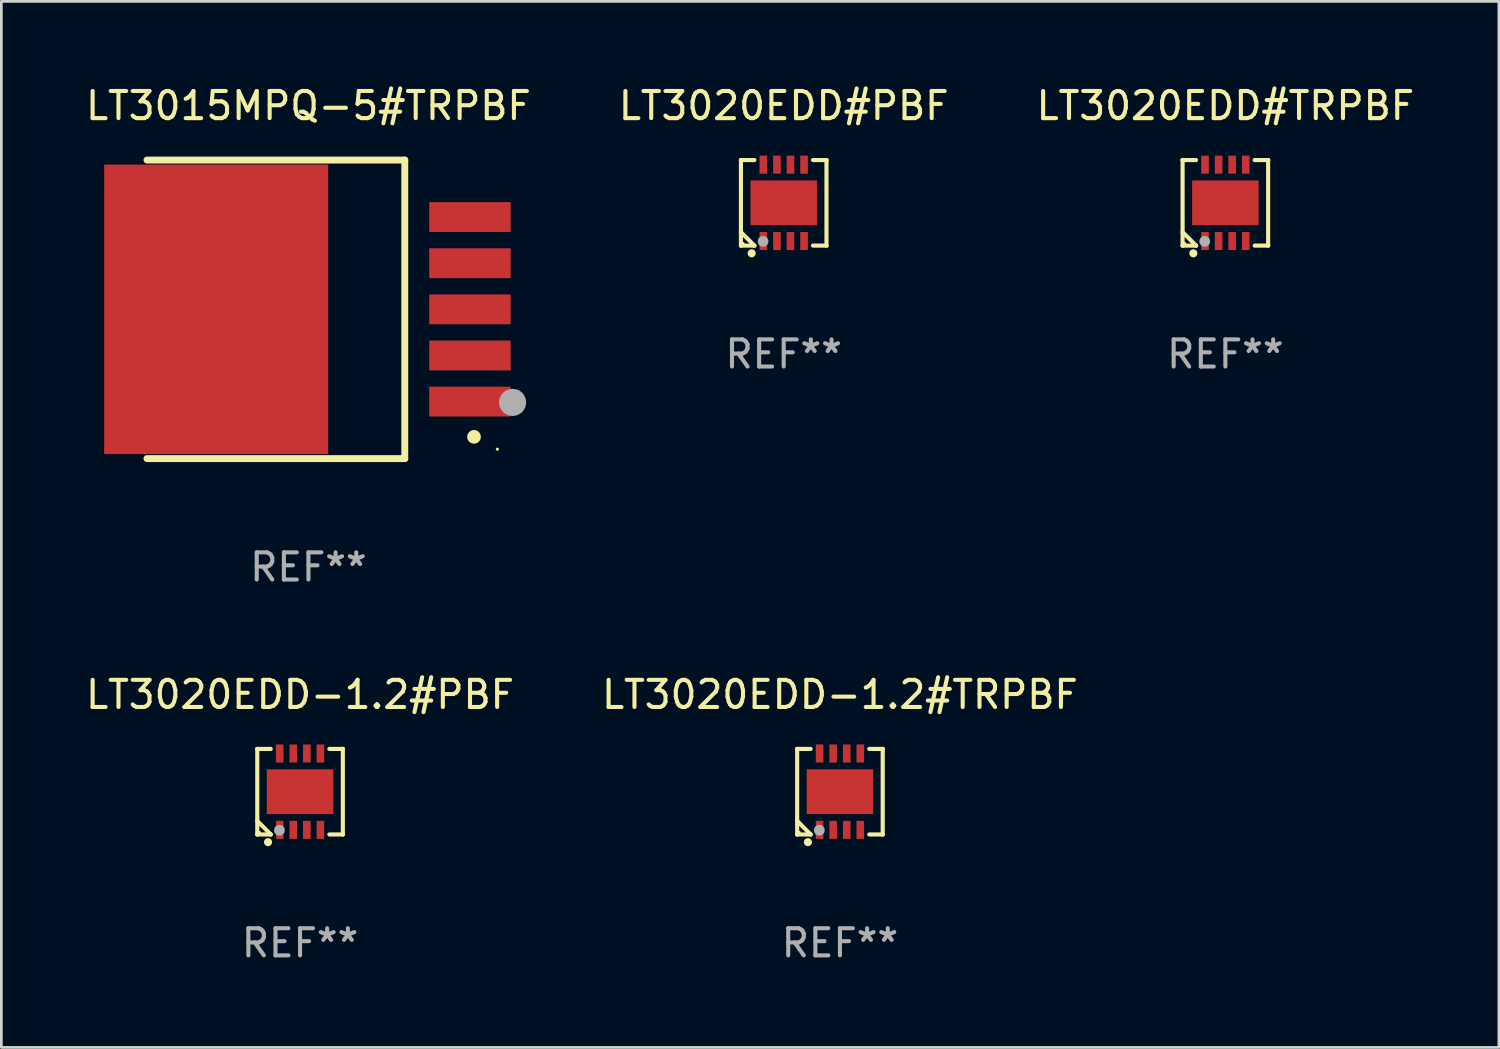
<source format=kicad_pcb>
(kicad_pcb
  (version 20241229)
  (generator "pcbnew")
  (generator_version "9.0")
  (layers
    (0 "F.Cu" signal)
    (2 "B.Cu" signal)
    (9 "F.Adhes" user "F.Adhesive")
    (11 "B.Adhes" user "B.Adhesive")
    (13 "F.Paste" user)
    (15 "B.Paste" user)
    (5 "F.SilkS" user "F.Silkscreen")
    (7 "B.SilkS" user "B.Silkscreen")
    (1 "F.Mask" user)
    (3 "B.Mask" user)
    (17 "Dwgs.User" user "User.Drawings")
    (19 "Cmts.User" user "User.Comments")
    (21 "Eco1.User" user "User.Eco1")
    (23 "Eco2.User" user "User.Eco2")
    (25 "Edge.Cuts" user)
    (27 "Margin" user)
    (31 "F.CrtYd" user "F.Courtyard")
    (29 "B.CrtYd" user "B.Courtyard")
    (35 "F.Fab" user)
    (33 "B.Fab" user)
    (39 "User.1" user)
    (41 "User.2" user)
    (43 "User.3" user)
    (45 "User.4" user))
  (footprint "LT3015MPQ-5#TRPBF"
    (layer "F.Cu")
    (at 8.315 8.348)
    (property "Reference" "LT3015MPQ-5#TRPBF" (at 0 -7.5 0) (layer "F.SilkS") (effects (font (size 1 1) (thickness 0.15))))
    (attr through_hole)
    (fp_line (start -5.95 -5.5) (end 3.55 -5.5) (stroke (width 0.254) (type solid)) (layer "F.SilkS"))
    (fp_line (start -5.95 5.5) (end 3.55 5.5) (stroke (width 0.254) (type solid)) (layer "F.SilkS"))
    (fp_line (start 3.55 5.5) (end 3.55 -5.5) (stroke (width 0.254) (type solid)) (layer "F.SilkS"))
    (fp_circle (center 6.101 4.699) (end 6.228 4.699) (stroke (width 0.254) (type solid)) (fill no) (layer "F.SilkS"))
    (fp_circle (center 6.962 5.153) (end 6.992 5.153) (stroke (width 0.06) (type solid)) (fill no) (layer "F.SilkS"))
    (fp_circle (center 7.522 3.429) (end 7.772 3.429) (stroke (width 0.5) (type solid)) (fill no) (layer "F.Fab"))
    (fp_text user "REF**" (at 0 9.5 0) (layer "F.Fab") (effects (font (size 1 1) (thickness 0.15))))
    (pad "1" smd rect (at 5.95 3.4 180) (size 3 1.1) (layers "F.Cu" "F.Mask" "F.Paste"))
    (pad "2" smd rect (at 5.95 1.7 180) (size 3 1.1) (layers "F.Cu" "F.Mask" "F.Paste"))
    (pad "3" smd rect (at 5.95 -0.000025 180) (size 3 1.1) (layers "F.Cu" "F.Mask" "F.Paste"))
    (pad "4" smd rect (at 5.95 -1.7 180) (size 3 1.1) (layers "F.Cu" "F.Mask" "F.Paste"))
    (pad "5" smd rect (at 5.95 -3.4 180) (size 3 1.1) (layers "F.Cu" "F.Mask" "F.Paste"))
    (pad "6" smd rect (at -3.4 -0.000025) (size 8.255 10.668) (layers "F.Cu" "F.Mask" "F.Paste")))
  (footprint "LT3020EDD#PBF"
    (layer "F.Cu")
    (at 25.827 4.424)
    (property "Reference" "LT3020EDD#PBF" (at 0 -3.576 0) (layer "F.SilkS") (effects (font (size 1 1) (thickness 0.15))))
    (attr through_hole)
    (fp_line (start -1.576 -1.576) (end -1.576 -1.576) (stroke (width 0.152) (type solid)) (layer "F.SilkS"))
    (fp_line (start -1.576 -1.576) (end -1.08 -1.576) (stroke (width 0.152) (type solid)) (layer "F.SilkS"))
    (fp_line (start -1.576 1.576) (end -1.576 -1.576) (stroke (width 0.152) (type solid)) (layer "F.SilkS"))
    (fp_line (start -1.576 1.576) (end -1.576 1.576) (stroke (width 0.152) (type solid)) (layer "F.SilkS"))
    (fp_line (start -1.08 1.575) (end -1.576 1.079) (stroke (width 0.152) (type solid)) (layer "F.SilkS"))
    (fp_line (start -1.08 1.576) (end -1.576 1.576) (stroke (width 0.152) (type solid)) (layer "F.SilkS"))
    (fp_line (start -1.08 1.576) (end -1.08 1.575) (stroke (width 0.152) (type solid)) (layer "F.SilkS"))
    (fp_line (start 1.08 1.576) (end 1.576 1.576) (stroke (width 0.152) (type solid)) (layer "F.SilkS"))
    (fp_line (start 1.576 -1.576) (end 1.08 -1.576) (stroke (width 0.152) (type solid)) (layer "F.SilkS"))
    (fp_line (start 1.576 -1.576) (end 1.576 -1.576) (stroke (width 0.152) (type solid)) (layer "F.SilkS"))
    (fp_line (start 1.576 1.576) (end 1.576 -1.576) (stroke (width 0.152) (type solid)) (layer "F.SilkS"))
    (fp_line (start 1.576 1.576) (end 1.576 1.576) (stroke (width 0.152) (type solid)) (layer "F.SilkS"))
    (fp_circle (center -1.5 1.5) (end -1.47 1.5) (stroke (width 0.06) (type solid)) (fill no) (layer "F.SilkS"))
    (fp_circle (center -1.18 1.86) (end -1.105 1.86) (stroke (width 0.15) (type solid)) (fill no) (layer "F.SilkS"))
    (fp_circle (center -0.76 1.42) (end -0.66 1.42) (stroke (width 0.2) (type solid)) (fill no) (layer "F.Fab"))
    (fp_text user "REF**" (at 0 5.576 0) (layer "F.Fab") (effects (font (size 1 1) (thickness 0.15))))
    (pad "1" smd rect (at -0.75 1.407) (size 0.28 0.665) (layers "F.Cu" "F.Mask" "F.Paste"))
    (pad "2" smd rect (at -0.25 1.407) (size 0.28 0.665) (layers "F.Cu" "F.Mask" "F.Paste"))
    (pad "3" smd rect (at 0.25 1.407) (size 0.28 0.665) (layers "F.Cu" "F.Mask" "F.Paste"))
    (pad "4" smd rect (at 0.75 1.407) (size 0.28 0.665) (layers "F.Cu" "F.Mask" "F.Paste"))
    (pad "5" smd rect (at 0.75 -1.407) (size 0.28 0.665) (layers "F.Cu" "F.Mask" "F.Paste"))
    (pad "6" smd rect (at 0.25 -1.407) (size 0.28 0.665) (layers "F.Cu" "F.Mask" "F.Paste"))
    (pad "7" smd rect (at -0.25 -1.407) (size 0.28 0.665) (layers "F.Cu" "F.Mask" "F.Paste"))
    (pad "8" smd rect (at -0.75 -1.407) (size 0.28 0.665) (layers "F.Cu" "F.Mask" "F.Paste"))
    (pad "9" smd rect (at 0 0) (size 2.45 1.65) (layers "F.Cu" "F.Mask" "F.Paste")))
  (footprint "LT3020EDD-1.2#TRPBF"
    (layer "F.Cu")
    (at 27.899 26.121)
    (property "Reference" "LT3020EDD-1.2#TRPBF" (at 0 -3.576 0) (layer "F.SilkS") (effects (font (size 1 1) (thickness 0.15))))
    (attr through_hole)
    (fp_line (start -1.576 -1.576) (end -1.576 -1.576) (stroke (width 0.152) (type solid)) (layer "F.SilkS"))
    (fp_line (start -1.576 -1.576) (end -1.08 -1.576) (stroke (width 0.152) (type solid)) (layer "F.SilkS"))
    (fp_line (start -1.576 1.576) (end -1.576 -1.576) (stroke (width 0.152) (type solid)) (layer "F.SilkS"))
    (fp_line (start -1.576 1.576) (end -1.576 1.576) (stroke (width 0.152) (type solid)) (layer "F.SilkS"))
    (fp_line (start -1.08 1.575) (end -1.576 1.079) (stroke (width 0.152) (type solid)) (layer "F.SilkS"))
    (fp_line (start -1.08 1.576) (end -1.576 1.576) (stroke (width 0.152) (type solid)) (layer "F.SilkS"))
    (fp_line (start -1.08 1.576) (end -1.08 1.575) (stroke (width 0.152) (type solid)) (layer "F.SilkS"))
    (fp_line (start 1.08 1.576) (end 1.576 1.576) (stroke (width 0.152) (type solid)) (layer "F.SilkS"))
    (fp_line (start 1.576 -1.576) (end 1.08 -1.576) (stroke (width 0.152) (type solid)) (layer "F.SilkS"))
    (fp_line (start 1.576 -1.576) (end 1.576 -1.576) (stroke (width 0.152) (type solid)) (layer "F.SilkS"))
    (fp_line (start 1.576 1.576) (end 1.576 -1.576) (stroke (width 0.152) (type solid)) (layer "F.SilkS"))
    (fp_line (start 1.576 1.576) (end 1.576 1.576) (stroke (width 0.152) (type solid)) (layer "F.SilkS"))
    (fp_circle (center -1.5 1.5) (end -1.47 1.5) (stroke (width 0.06) (type solid)) (fill no) (layer "F.SilkS"))
    (fp_circle (center -1.18 1.86) (end -1.105 1.86) (stroke (width 0.15) (type solid)) (fill no) (layer "F.SilkS"))
    (fp_circle (center -0.76 1.42) (end -0.66 1.42) (stroke (width 0.2) (type solid)) (fill no) (layer "F.Fab"))
    (fp_text user "REF**" (at 0 5.576 0) (layer "F.Fab") (effects (font (size 1 1) (thickness 0.15))))
    (pad "1" smd rect (at -0.75 1.407) (size 0.28 0.665) (layers "F.Cu" "F.Mask" "F.Paste"))
    (pad "2" smd rect (at -0.25 1.407) (size 0.28 0.665) (layers "F.Cu" "F.Mask" "F.Paste"))
    (pad "3" smd rect (at 0.25 1.407) (size 0.28 0.665) (layers "F.Cu" "F.Mask" "F.Paste"))
    (pad "4" smd rect (at 0.75 1.407) (size 0.28 0.665) (layers "F.Cu" "F.Mask" "F.Paste"))
    (pad "5" smd rect (at 0.75 -1.407) (size 0.28 0.665) (layers "F.Cu" "F.Mask" "F.Paste"))
    (pad "6" smd rect (at 0.25 -1.407) (size 0.28 0.665) (layers "F.Cu" "F.Mask" "F.Paste"))
    (pad "7" smd rect (at -0.25 -1.407) (size 0.28 0.665) (layers "F.Cu" "F.Mask" "F.Paste"))
    (pad "8" smd rect (at -0.75 -1.407) (size 0.28 0.665) (layers "F.Cu" "F.Mask" "F.Paste"))
    (pad "9" smd rect (at 0 0) (size 2.45 1.65) (layers "F.Cu" "F.Mask" "F.Paste")))
  (footprint "LT3020EDD#TRPBF"
    (layer "F.Cu")
    (at 42.101 4.424)
    (property "Reference" "LT3020EDD#TRPBF" (at 0 -3.576 0) (layer "F.SilkS") (effects (font (size 1 1) (thickness 0.15))))
    (attr through_hole)
    (fp_line (start -1.576 -1.576) (end -1.576 -1.576) (stroke (width 0.152) (type solid)) (layer "F.SilkS"))
    (fp_line (start -1.576 -1.576) (end -1.08 -1.576) (stroke (width 0.152) (type solid)) (layer "F.SilkS"))
    (fp_line (start -1.576 1.576) (end -1.576 -1.576) (stroke (width 0.152) (type solid)) (layer "F.SilkS"))
    (fp_line (start -1.576 1.576) (end -1.576 1.576) (stroke (width 0.152) (type solid)) (layer "F.SilkS"))
    (fp_line (start -1.08 1.575) (end -1.576 1.079) (stroke (width 0.152) (type solid)) (layer "F.SilkS"))
    (fp_line (start -1.08 1.576) (end -1.576 1.576) (stroke (width 0.152) (type solid)) (layer "F.SilkS"))
    (fp_line (start -1.08 1.576) (end -1.08 1.575) (stroke (width 0.152) (type solid)) (layer "F.SilkS"))
    (fp_line (start 1.08 1.576) (end 1.576 1.576) (stroke (width 0.152) (type solid)) (layer "F.SilkS"))
    (fp_line (start 1.576 -1.576) (end 1.08 -1.576) (stroke (width 0.152) (type solid)) (layer "F.SilkS"))
    (fp_line (start 1.576 -1.576) (end 1.576 -1.576) (stroke (width 0.152) (type solid)) (layer "F.SilkS"))
    (fp_line (start 1.576 1.576) (end 1.576 -1.576) (stroke (width 0.152) (type solid)) (layer "F.SilkS"))
    (fp_line (start 1.576 1.576) (end 1.576 1.576) (stroke (width 0.152) (type solid)) (layer "F.SilkS"))
    (fp_circle (center -1.5 1.5) (end -1.47 1.5) (stroke (width 0.06) (type solid)) (fill no) (layer "F.SilkS"))
    (fp_circle (center -1.18 1.86) (end -1.105 1.86) (stroke (width 0.15) (type solid)) (fill no) (layer "F.SilkS"))
    (fp_circle (center -0.76 1.42) (end -0.66 1.42) (stroke (width 0.2) (type solid)) (fill no) (layer "F.Fab"))
    (fp_text user "REF**" (at 0 5.576 0) (layer "F.Fab") (effects (font (size 1 1) (thickness 0.15))))
    (pad "1" smd rect (at -0.75 1.407) (size 0.28 0.665) (layers "F.Cu" "F.Mask" "F.Paste"))
    (pad "2" smd rect (at -0.25 1.407) (size 0.28 0.665) (layers "F.Cu" "F.Mask" "F.Paste"))
    (pad "3" smd rect (at 0.25 1.407) (size 0.28 0.665) (layers "F.Cu" "F.Mask" "F.Paste"))
    (pad "4" smd rect (at 0.75 1.407) (size 0.28 0.665) (layers "F.Cu" "F.Mask" "F.Paste"))
    (pad "5" smd rect (at 0.75 -1.407) (size 0.28 0.665) (layers "F.Cu" "F.Mask" "F.Paste"))
    (pad "6" smd rect (at 0.25 -1.407) (size 0.28 0.665) (layers "F.Cu" "F.Mask" "F.Paste"))
    (pad "7" smd rect (at -0.25 -1.407) (size 0.28 0.665) (layers "F.Cu" "F.Mask" "F.Paste"))
    (pad "8" smd rect (at -0.75 -1.407) (size 0.28 0.665) (layers "F.Cu" "F.Mask" "F.Paste"))
    (pad "9" smd rect (at 0 0) (size 2.45 1.65) (layers "F.Cu" "F.Mask" "F.Paste")))
  (footprint "LT3020EDD-1.2#PBF"
    (layer "F.Cu")
    (at 8.006 26.121)
    (property "Reference" "LT3020EDD-1.2#PBF" (at 0 -3.576 0) (layer "F.SilkS") (effects (font (size 1 1) (thickness 0.15))))
    (attr through_hole)
    (fp_line (start -1.576 -1.576) (end -1.576 -1.576) (stroke (width 0.152) (type solid)) (layer "F.SilkS"))
    (fp_line (start -1.576 -1.576) (end -1.08 -1.576) (stroke (width 0.152) (type solid)) (layer "F.SilkS"))
    (fp_line (start -1.576 1.576) (end -1.576 -1.576) (stroke (width 0.152) (type solid)) (layer "F.SilkS"))
    (fp_line (start -1.576 1.576) (end -1.576 1.576) (stroke (width 0.152) (type solid)) (layer "F.SilkS"))
    (fp_line (start -1.08 1.575) (end -1.576 1.079) (stroke (width 0.152) (type solid)) (layer "F.SilkS"))
    (fp_line (start -1.08 1.576) (end -1.576 1.576) (stroke (width 0.152) (type solid)) (layer "F.SilkS"))
    (fp_line (start -1.08 1.576) (end -1.08 1.575) (stroke (width 0.152) (type solid)) (layer "F.SilkS"))
    (fp_line (start 1.08 1.576) (end 1.576 1.576) (stroke (width 0.152) (type solid)) (layer "F.SilkS"))
    (fp_line (start 1.576 -1.576) (end 1.08 -1.576) (stroke (width 0.152) (type solid)) (layer "F.SilkS"))
    (fp_line (start 1.576 -1.576) (end 1.576 -1.576) (stroke (width 0.152) (type solid)) (layer "F.SilkS"))
    (fp_line (start 1.576 1.576) (end 1.576 -1.576) (stroke (width 0.152) (type solid)) (layer "F.SilkS"))
    (fp_line (start 1.576 1.576) (end 1.576 1.576) (stroke (width 0.152) (type solid)) (layer "F.SilkS"))
    (fp_circle (center -1.5 1.5) (end -1.47 1.5) (stroke (width 0.06) (type solid)) (fill no) (layer "F.SilkS"))
    (fp_circle (center -1.18 1.86) (end -1.105 1.86) (stroke (width 0.15) (type solid)) (fill no) (layer "F.SilkS"))
    (fp_circle (center -0.76 1.42) (end -0.66 1.42) (stroke (width 0.2) (type solid)) (fill no) (layer "F.Fab"))
    (fp_text user "REF**" (at 0 5.576 0) (layer "F.Fab") (effects (font (size 1 1) (thickness 0.15))))
    (pad "1" smd rect (at -0.75 1.407) (size 0.28 0.665) (layers "F.Cu" "F.Mask" "F.Paste"))
    (pad "2" smd rect (at -0.25 1.407) (size 0.28 0.665) (layers "F.Cu" "F.Mask" "F.Paste"))
    (pad "3" smd rect (at 0.25 1.407) (size 0.28 0.665) (layers "F.Cu" "F.Mask" "F.Paste"))
    (pad "4" smd rect (at 0.75 1.407) (size 0.28 0.665) (layers "F.Cu" "F.Mask" "F.Paste"))
    (pad "5" smd rect (at 0.75 -1.407) (size 0.28 0.665) (layers "F.Cu" "F.Mask" "F.Paste"))
    (pad "6" smd rect (at 0.25 -1.407) (size 0.28 0.665) (layers "F.Cu" "F.Mask" "F.Paste"))
    (pad "7" smd rect (at -0.25 -1.407) (size 0.28 0.665) (layers "F.Cu" "F.Mask" "F.Paste"))
    (pad "8" smd rect (at -0.75 -1.407) (size 0.28 0.665) (layers "F.Cu" "F.Mask" "F.Paste"))
    (pad "9" smd rect (at 0 0) (size 2.45 1.65) (layers "F.Cu" "F.Mask" "F.Paste")))
  (gr_rect
    (start -3 -3)
    (end 52.179 35.545)
    (stroke (width 0.1) (type default))
    (fill no)
    (layer "Edge.Cuts")))
</source>
